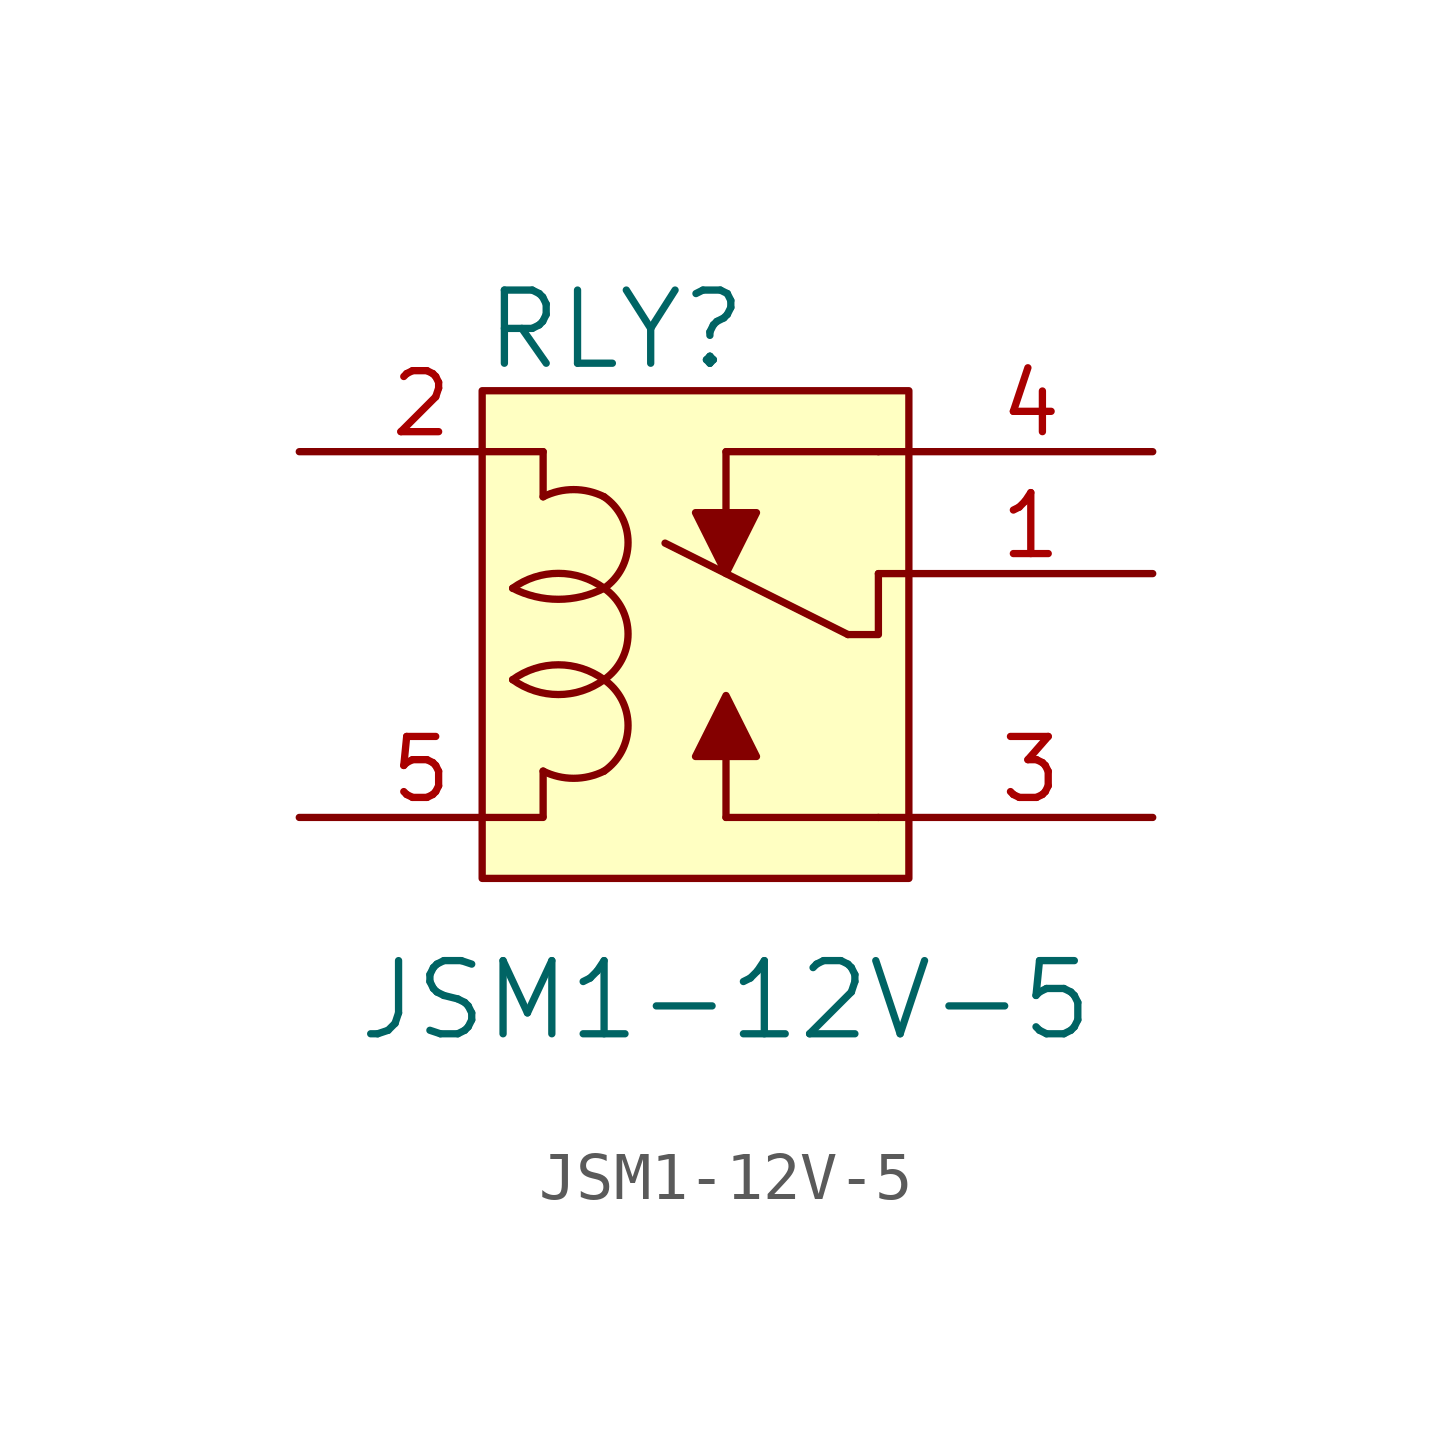
<source format=kicad_sym>
(kicad_symbol_lib
  (version 20220914)
  (generator kicad_symbol_editor)
  (symbol "JSM1-12V-5"
    (pin_names
      (offset 0.025) hide)
    (property "Reference" "RLY"
      (at -3.81 5.08 0)
      (effects (font (size 1.524 1.524)) (justify left)))
    (property "Value" "JSM1-12V-5"
      (at 1.27 -8.89 0)
      (effects (font (size 1.524 1.524))))
    (symbol "JSM1-12V-5_0_1"
      (rectangle (start -3.81 3.81) (end 5.08 -6.35) (stroke (width 0) (type solid)) (fill (type background)))
      (arc (start -3.175 -2.2098) (mid -2.2251 -2.5197) (end -1.27 -2.2098) (stroke (width 0) (type solid)) (fill (type none)))
      (arc (start -3.175 -0.3048) (mid -2.2212 -0.5353) (end -1.27 -0.3048) (stroke (width 0) (type solid)) (fill (type none)))
      (arc (start -2.54 -4.1148) (mid -1.905 -4.2647) (end -1.27 -4.1148) (stroke (width 0) (type solid)) (fill (type none)))
      (arc (start -1.27 -4.1148) (mid -0.7708 -3.168) (end -1.27 -2.2098) (stroke (width 0) (type solid)) (fill (type none)))
      (arc (start -1.27 -2.2098) (mid -2.2199 -1.8999) (end -3.175 -2.2098) (stroke (width 0) (type solid)) (fill (type none)))
      (arc (start -1.27 -2.2098) (mid -0.7708 -1.263) (end -1.27 -0.3048) (stroke (width 0) (type solid)) (fill (type none)))
      (arc (start -1.27 -0.3048) (mid -2.2199 0.0051) (end -3.175 -0.3048) (stroke (width 0) (type solid)) (fill (type none)))
      (arc (start -1.27 -0.3048) (mid -0.7708 0.642) (end -1.27 1.6002) (stroke (width 0) (type solid)) (fill (type none)))
      (arc (start -1.27 1.6002) (mid -1.905 1.7501) (end -2.54 1.6002) (stroke (width 0) (type solid)) (fill (type none)))
      (polyline (pts (xy -2.54 -5.055) (xy -2.54 -4.115)) (stroke (width 0) (type solid)) (fill (type none)))
      (polyline (pts (xy -2.54 1.6) (xy -2.54 2.54)) (stroke (width 0) (type solid)) (fill (type none)))
      (polyline (pts (xy 1.27 -5.08) (xy 4.445 -5.08)) (stroke (width 0) (type solid)) (fill (type none)))
      (polyline (pts (xy 3.81 -1.27) (xy 0 0.635)) (stroke (width 0) (type solid)) (fill (type none)))
      (polyline (pts (xy 4.445 2.54) (xy 1.27 2.54)) (stroke (width 0) (type solid)) (fill (type none)))
      (polyline (pts (xy 5.08 -5.08) (xy 4.445 -5.08)) (stroke (width 0) (type solid)) (fill (type none)))
      (polyline (pts (xy 5.08 0) (xy 4.445 0)) (stroke (width 0) (type solid)) (fill (type none)))
      (polyline (pts (xy 5.08 2.54) (xy 4.445 2.54)) (stroke (width 0) (type solid)) (fill (type none)))
      (polyline (pts (xy 4.445 0) (xy 4.445 -1.27) (xy 3.81 -1.27)) (stroke (width 0) (type solid)) (fill (type none)))
      (polyline (pts (xy 1.27 -5.08) (xy 1.27 -3.81) (xy 0.635 -3.81) (xy 1.27 -2.54) (xy 1.905 -3.81) (xy 1.27 -3.81)) (stroke (width 0) (type solid)) (fill (type outline)))
      (polyline (pts (xy 1.27 2.54) (xy 1.27 1.27) (xy 0.635 1.27) (xy 1.27 0) (xy 1.905 1.27) (xy 1.27 1.27)) (stroke (width 0) (type solid)) (fill (type outline))))
    (symbol "JSM1-12V-5_1_1"
      (pin passive line (at 10.16 0 180) (length 5.08) (name "COM" (effects (font (size 1.27 1.27)))) (number "1" (effects (font (size 1.27 1.27)))))
      (pin input line (at -7.62 2.54 0) (length 5.08) (name "~" (effects (font (size 1.27 1.27)))) (number "2" (effects (font (size 1.27 1.27)))))
      (pin passive line (at 10.16 -5.08 180) (length 5.08) (name "NO" (effects (font (size 1.27 1.27)))) (number "3" (effects (font (size 1.27 1.27)))))
      (pin passive line (at 10.16 2.54 180) (length 5.08) (name "NC" (effects (font (size 1.27 1.27)))) (number "4" (effects (font (size 1.27 1.27)))))
      (pin input line (at -7.62 -5.08 0) (length 5.08) (name "~" (effects (font (size 1.27 1.27)))) (number "5" (effects (font (size 1.27 1.27))))))))
</source>
